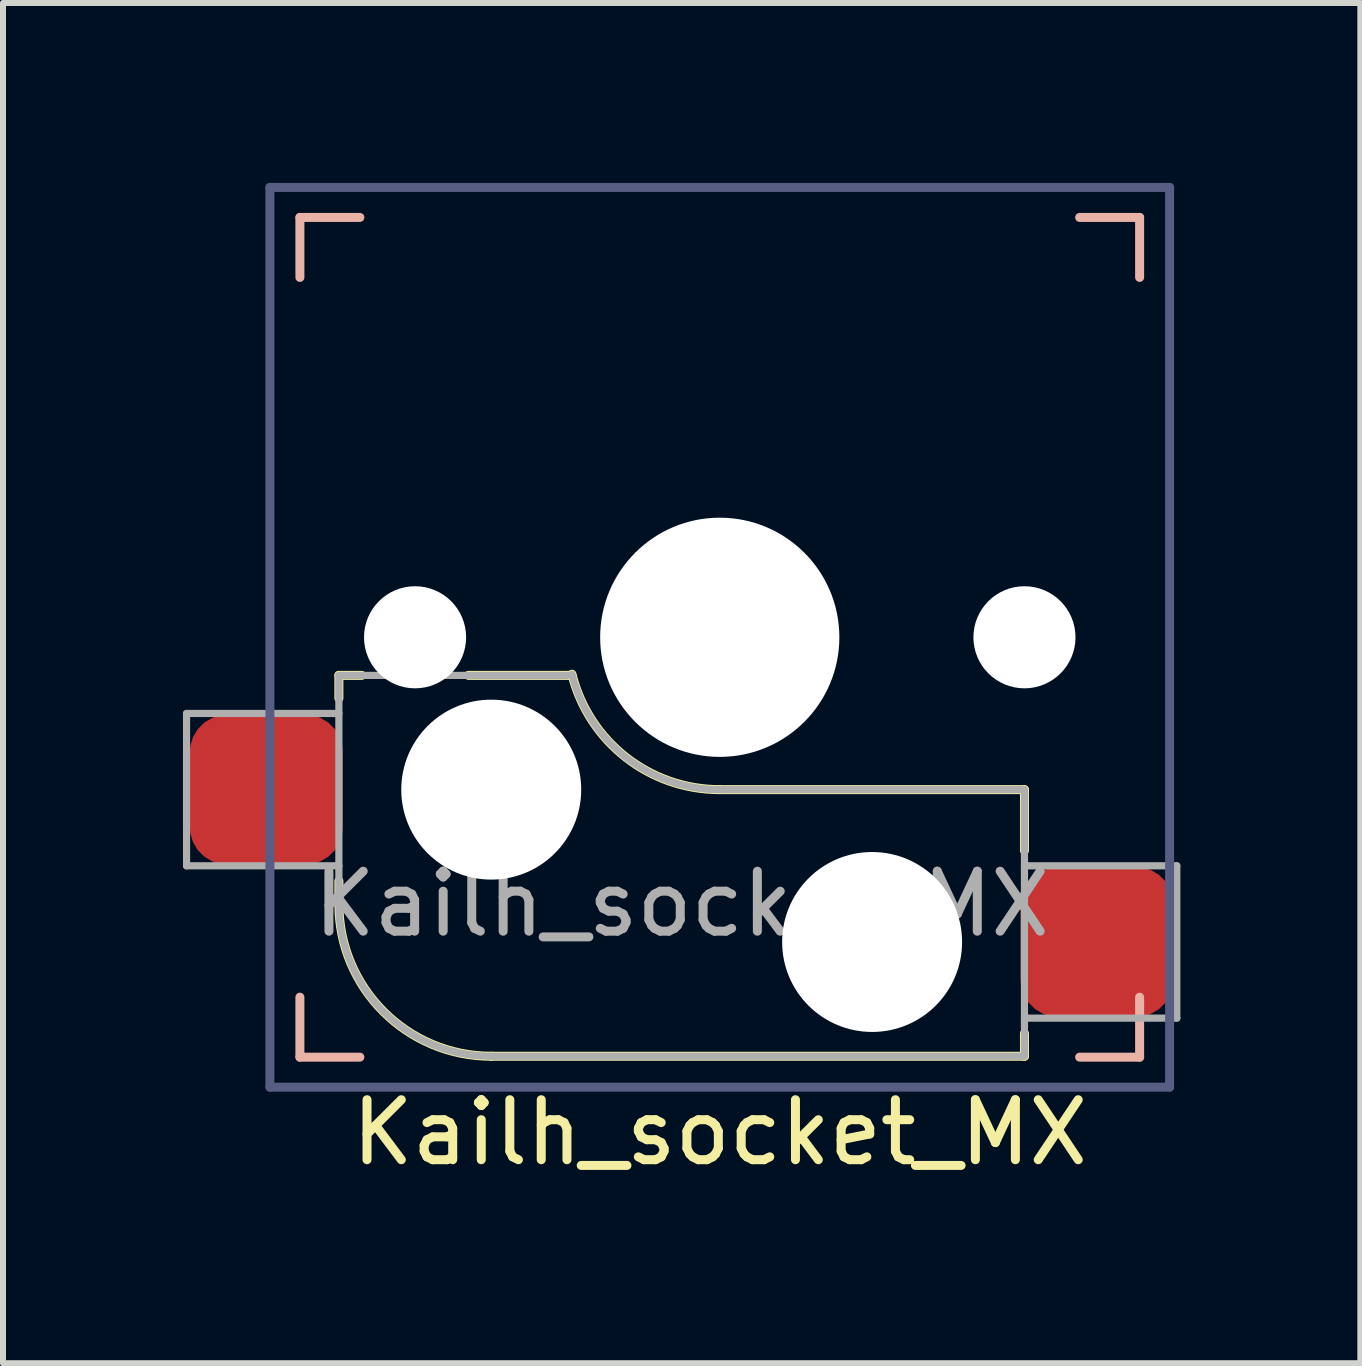
<source format=kicad_pcb>
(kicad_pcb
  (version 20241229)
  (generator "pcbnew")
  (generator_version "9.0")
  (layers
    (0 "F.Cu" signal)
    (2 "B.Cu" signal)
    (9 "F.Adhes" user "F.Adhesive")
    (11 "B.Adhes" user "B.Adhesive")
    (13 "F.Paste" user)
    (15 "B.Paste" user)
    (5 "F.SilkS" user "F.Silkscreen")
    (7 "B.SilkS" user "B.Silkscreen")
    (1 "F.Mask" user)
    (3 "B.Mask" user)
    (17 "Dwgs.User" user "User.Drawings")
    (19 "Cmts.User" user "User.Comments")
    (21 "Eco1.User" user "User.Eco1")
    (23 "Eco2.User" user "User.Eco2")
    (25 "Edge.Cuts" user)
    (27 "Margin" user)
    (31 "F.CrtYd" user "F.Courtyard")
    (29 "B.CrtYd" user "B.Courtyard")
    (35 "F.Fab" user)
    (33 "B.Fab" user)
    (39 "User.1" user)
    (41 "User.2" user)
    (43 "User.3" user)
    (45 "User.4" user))
  (footprint "Kailh_socket_MX"
    (layer "F.Cu")
    (at 8.95 7.575)
    (property "Reference" "Kailh_socket_MX" (at 0 8.255 180) (layer "F.SilkS") (effects (font (size 1 1) (thickness 0.15))))
    (attr smd)
    (fp_line (start -6.35 1.016) (end -6.35 0.635) (stroke (width 0.15) (type solid)) (layer "F.SilkS"))
    (fp_line (start -6.35 4.445) (end -6.35 4.064) (stroke (width 0.15) (type solid)) (layer "F.SilkS"))
    (fp_line (start -5.969 0.635) (end -6.35 0.635) (stroke (width 0.15) (type solid)) (layer "F.SilkS"))
    (fp_line (start -3.81 6.985) (end 5.08 6.985) (stroke (width 0.15) (type solid)) (layer "F.SilkS"))
    (fp_line (start -2.464 0.635) (end -4.191 0.635) (stroke (width 0.15) (type solid)) (layer "F.SilkS"))
    (fp_line (start 5.08 2.54) (end 0 2.54) (stroke (width 0.15) (type solid)) (layer "F.SilkS"))
    (fp_line (start 5.08 3.556) (end 5.08 2.54) (stroke (width 0.15) (type solid)) (layer "F.SilkS"))
    (fp_line (start 5.08 6.985) (end 5.08 6.604) (stroke (width 0.15) (type solid)) (layer "F.SilkS"))
    (fp_arc (start -3.81 6.985) (mid -5.606051 6.241051) (end -6.35 4.445) (stroke (width 0.15) (type solid)) (layer "F.SilkS"))
    (fp_arc (start 0 2.54) (mid -1.563147 2.002042) (end -2.464162 0.61604) (stroke (width 0.15) (type solid)) (layer "F.SilkS"))
    (fp_line (start -7 -7) (end -7 -6) (stroke (width 0.15) (type solid)) (layer "B.SilkS"))
    (fp_line (start -7 -7) (end -6 -7) (stroke (width 0.15) (type solid)) (layer "B.SilkS"))
    (fp_line (start -7 6) (end -7 7) (stroke (width 0.15) (type solid)) (layer "B.SilkS"))
    (fp_line (start -6 7) (end -7 7) (stroke (width 0.15) (type solid)) (layer "B.SilkS"))
    (fp_line (start 6 -7) (end 7 -7) (stroke (width 0.15) (type solid)) (layer "B.SilkS"))
    (fp_line (start 7 -6) (end 7 -7) (stroke (width 0.15) (type solid)) (layer "B.SilkS"))
    (fp_line (start 7 7) (end 6 7) (stroke (width 0.15) (type solid)) (layer "B.SilkS"))
    (fp_line (start 7 7) (end 7 6) (stroke (width 0.15) (type solid)) (layer "B.SilkS"))
    (fp_line (start -6.9 -6.9) (end -6.9 6.9) (stroke (width 0.15) (type solid)) (layer "Eco2.User"))
    (fp_line (start -6.9 -6.9) (end 6.9 -6.9) (stroke (width 0.15) (type solid)) (layer "Eco2.User"))
    (fp_line (start 6.9 6.9) (end -6.9 6.9) (stroke (width 0.15) (type solid)) (layer "Eco2.User"))
    (fp_line (start 6.9 6.9) (end 6.9 -6.9) (stroke (width 0.15) (type solid)) (layer "Eco2.User"))
    (fp_line (start -7.5 -7.5) (end -7.5 7.5) (stroke (width 0.15) (type solid)) (layer "B.Fab"))
    (fp_line (start -7.5 7.5) (end 7.5 7.5) (stroke (width 0.15) (type solid)) (layer "B.Fab"))
    (fp_line (start 7.5 -7.5) (end -7.5 -7.5) (stroke (width 0.15) (type solid)) (layer "B.Fab"))
    (fp_line (start 7.5 7.5) (end 7.5 -7.5) (stroke (width 0.15) (type solid)) (layer "B.Fab"))
    (fp_line (start -8.89 1.27) (end -8.89 3.81) (stroke (width 0.12) (type solid)) (layer "F.Fab"))
    (fp_line (start -8.89 3.81) (end -6.35 3.81) (stroke (width 0.12) (type solid)) (layer "F.Fab"))
    (fp_line (start -6.35 0.635) (end -6.35 4.445) (stroke (width 0.12) (type solid)) (layer "F.Fab"))
    (fp_line (start -6.35 0.635) (end -2.54 0.635) (stroke (width 0.12) (type solid)) (layer "F.Fab"))
    (fp_line (start -6.35 1.27) (end -8.89 1.27) (stroke (width 0.12) (type solid)) (layer "F.Fab"))
    (fp_line (start -3.81 6.985) (end 5.08 6.985) (stroke (width 0.12) (type solid)) (layer "F.Fab"))
    (fp_line (start 5.08 2.54) (end 0 2.54) (stroke (width 0.12) (type solid)) (layer "F.Fab"))
    (fp_line (start 5.08 6.35) (end 7.62 6.35) (stroke (width 0.12) (type solid)) (layer "F.Fab"))
    (fp_line (start 5.08 6.985) (end 5.08 2.54) (stroke (width 0.12) (type solid)) (layer "F.Fab"))
    (fp_line (start 7.62 3.81) (end 5.08 3.81) (stroke (width 0.12) (type solid)) (layer "F.Fab"))
    (fp_line (start 7.62 6.35) (end 7.62 3.81) (stroke (width 0.12) (type solid)) (layer "F.Fab"))
    (fp_arc (start -3.81 6.985) (mid -5.606051 6.241051) (end -6.35 4.445) (stroke (width 0.12) (type solid)) (layer "F.Fab"))
    (fp_arc (start 0 2.54) (mid -1.563147 2.002042) (end -2.464162 0.61604) (stroke (width 0.12) (type solid)) (layer "F.Fab"))
    (fp_text user "${REFERENCE}" (at -0.635 4.445 180) (layer "F.Fab") (effects (font (size 1 1) (thickness 0.15))))
    (pad "" np_thru_hole circle (at -5.08 0) (size 1.702 1.702) (drill 1.702) (layers "*.Cu" "*.Mask"))
    (pad "" np_thru_hole circle (at -3.81 2.54) (size 3 3) (drill 3) (layers "*.Cu" "*.Mask"))
    (pad "" np_thru_hole circle (at 0 0) (size 3.988 3.988) (drill 3.988) (layers "*.Cu" "*.Mask"))
    (pad "" np_thru_hole circle (at 2.54 5.08) (size 3 3) (drill 3) (layers "*.Cu" "*.Mask"))
    (pad "" np_thru_hole circle (at 5.08 0) (size 1.702 1.702) (drill 1.702) (layers "*.Cu" "*.Mask"))
    (pad "1" smd roundrect (at 6.29 5.08) (size 2.55 2.5) (layers "F.Cu" "F.Mask" "F.Paste") (roundrect_rratio 0.25))
    (pad "2" smd roundrect (at -7.56 2.54) (size 2.55 2.5) (layers "F.Cu" "F.Mask" "F.Paste") (roundrect_rratio 0.25)))
  (gr_rect
    (start -3 -3)
    (end 19.63 19.678)
    (stroke (width 0.1) (type default))
    (fill no)
    (layer "Edge.Cuts")))
</source>
